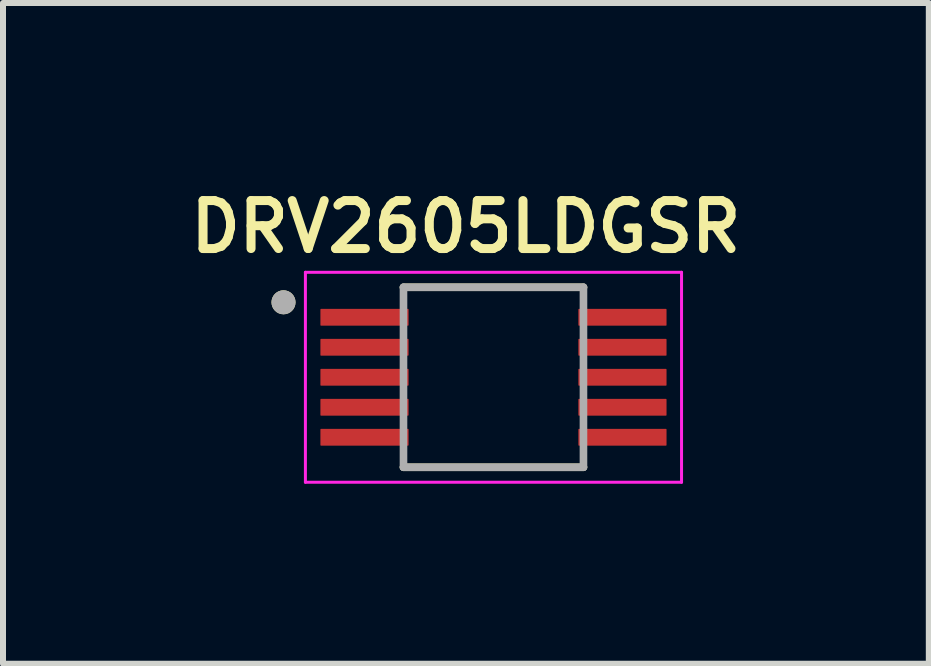
<source format=kicad_pcb>
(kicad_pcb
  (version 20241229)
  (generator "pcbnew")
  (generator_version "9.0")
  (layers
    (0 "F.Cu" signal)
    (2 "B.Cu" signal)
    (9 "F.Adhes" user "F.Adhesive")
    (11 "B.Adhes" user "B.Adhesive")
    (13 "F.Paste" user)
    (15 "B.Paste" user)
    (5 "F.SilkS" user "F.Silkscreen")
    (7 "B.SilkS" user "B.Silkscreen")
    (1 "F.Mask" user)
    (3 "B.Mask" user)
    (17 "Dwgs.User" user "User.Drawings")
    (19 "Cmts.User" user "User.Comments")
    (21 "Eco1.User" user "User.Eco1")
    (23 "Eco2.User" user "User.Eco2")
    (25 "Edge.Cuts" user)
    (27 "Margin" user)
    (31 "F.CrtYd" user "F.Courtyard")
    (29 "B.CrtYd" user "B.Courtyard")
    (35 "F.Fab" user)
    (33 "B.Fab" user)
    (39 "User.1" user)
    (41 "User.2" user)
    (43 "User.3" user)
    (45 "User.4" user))
  (footprint "DRV2605LDGSR"
    (layer "F.Cu")
    (at 5.176 3.239)
    (property "Reference" "DRV2605LDGSR" (at -0.46 -2.508 0) (layer "F.SilkS") (effects (font (size 0.8 0.8) (thickness 0.15))))
    (attr smd)
    (fp_line (start -1.5 -1.5) (end 1.5 -1.5) (stroke (width 0.127) (type solid)) (layer "F.SilkS"))
    (fp_line (start -1.5 1.5) (end 1.5 1.5) (stroke (width 0.127) (type solid)) (layer "F.SilkS"))
    (fp_circle (center -3.5 -1.25) (end -3.4 -1.25) (stroke (width 0.2) (type solid)) (fill no) (layer "F.SilkS"))
    (fp_line (start -3.135 -1.75) (end -3.135 1.75) (stroke (width 0.05) (type solid)) (layer "F.CrtYd"))
    (fp_line (start -3.135 -1.75) (end 3.135 -1.75) (stroke (width 0.05) (type solid)) (layer "F.CrtYd"))
    (fp_line (start -3.135 1.75) (end 3.135 1.75) (stroke (width 0.05) (type solid)) (layer "F.CrtYd"))
    (fp_line (start 3.135 -1.75) (end 3.135 1.75) (stroke (width 0.05) (type solid)) (layer "F.CrtYd"))
    (fp_line (start -1.5 -1.5) (end -1.5 1.5) (stroke (width 0.127) (type solid)) (layer "F.Fab"))
    (fp_line (start -1.5 -1.5) (end 1.5 -1.5) (stroke (width 0.127) (type solid)) (layer "F.Fab"))
    (fp_line (start -1.5 1.5) (end 1.5 1.5) (stroke (width 0.127) (type solid)) (layer "F.Fab"))
    (fp_line (start 1.5 -1.5) (end 1.5 1.5) (stroke (width 0.127) (type solid)) (layer "F.Fab"))
    (fp_circle (center -3.5 -1.25) (end -3.4 -1.25) (stroke (width 0.2) (type solid)) (fill no) (layer "F.Fab"))
    (pad "1" smd roundrect (at -2.15 -1) (size 1.47 0.28) (layers "F.Cu" "F.Mask" "F.Paste") (roundrect_rratio 0.04))
    (pad "2" smd roundrect (at -2.15 -0.5) (size 1.47 0.28) (layers "F.Cu" "F.Mask" "F.Paste") (roundrect_rratio 0.04))
    (pad "3" smd roundrect (at -2.15 0) (size 1.47 0.28) (layers "F.Cu" "F.Mask" "F.Paste") (roundrect_rratio 0.04))
    (pad "4" smd roundrect (at -2.15 0.5) (size 1.47 0.28) (layers "F.Cu" "F.Mask" "F.Paste") (roundrect_rratio 0.04))
    (pad "5" smd roundrect (at -2.15 1) (size 1.47 0.28) (layers "F.Cu" "F.Mask" "F.Paste") (roundrect_rratio 0.04))
    (pad "6" smd roundrect (at 2.15 1) (size 1.47 0.28) (layers "F.Cu" "F.Mask" "F.Paste") (roundrect_rratio 0.04))
    (pad "7" smd roundrect (at 2.15 0.5) (size 1.47 0.28) (layers "F.Cu" "F.Mask" "F.Paste") (roundrect_rratio 0.04))
    (pad "8" smd roundrect (at 2.15 0) (size 1.47 0.28) (layers "F.Cu" "F.Mask" "F.Paste") (roundrect_rratio 0.04))
    (pad "9" smd roundrect (at 2.15 -0.5) (size 1.47 0.28) (layers "F.Cu" "F.Mask" "F.Paste") (roundrect_rratio 0.04))
    (pad "10" smd roundrect (at 2.15 -1) (size 1.47 0.28) (layers "F.Cu" "F.Mask" "F.Paste") (roundrect_rratio 0.04)))
  (gr_rect
    (start -3 -3)
    (end 12.433 8.014)
    (stroke (width 0.1) (type default))
    (fill no)
    (layer "Edge.Cuts")))
</source>
